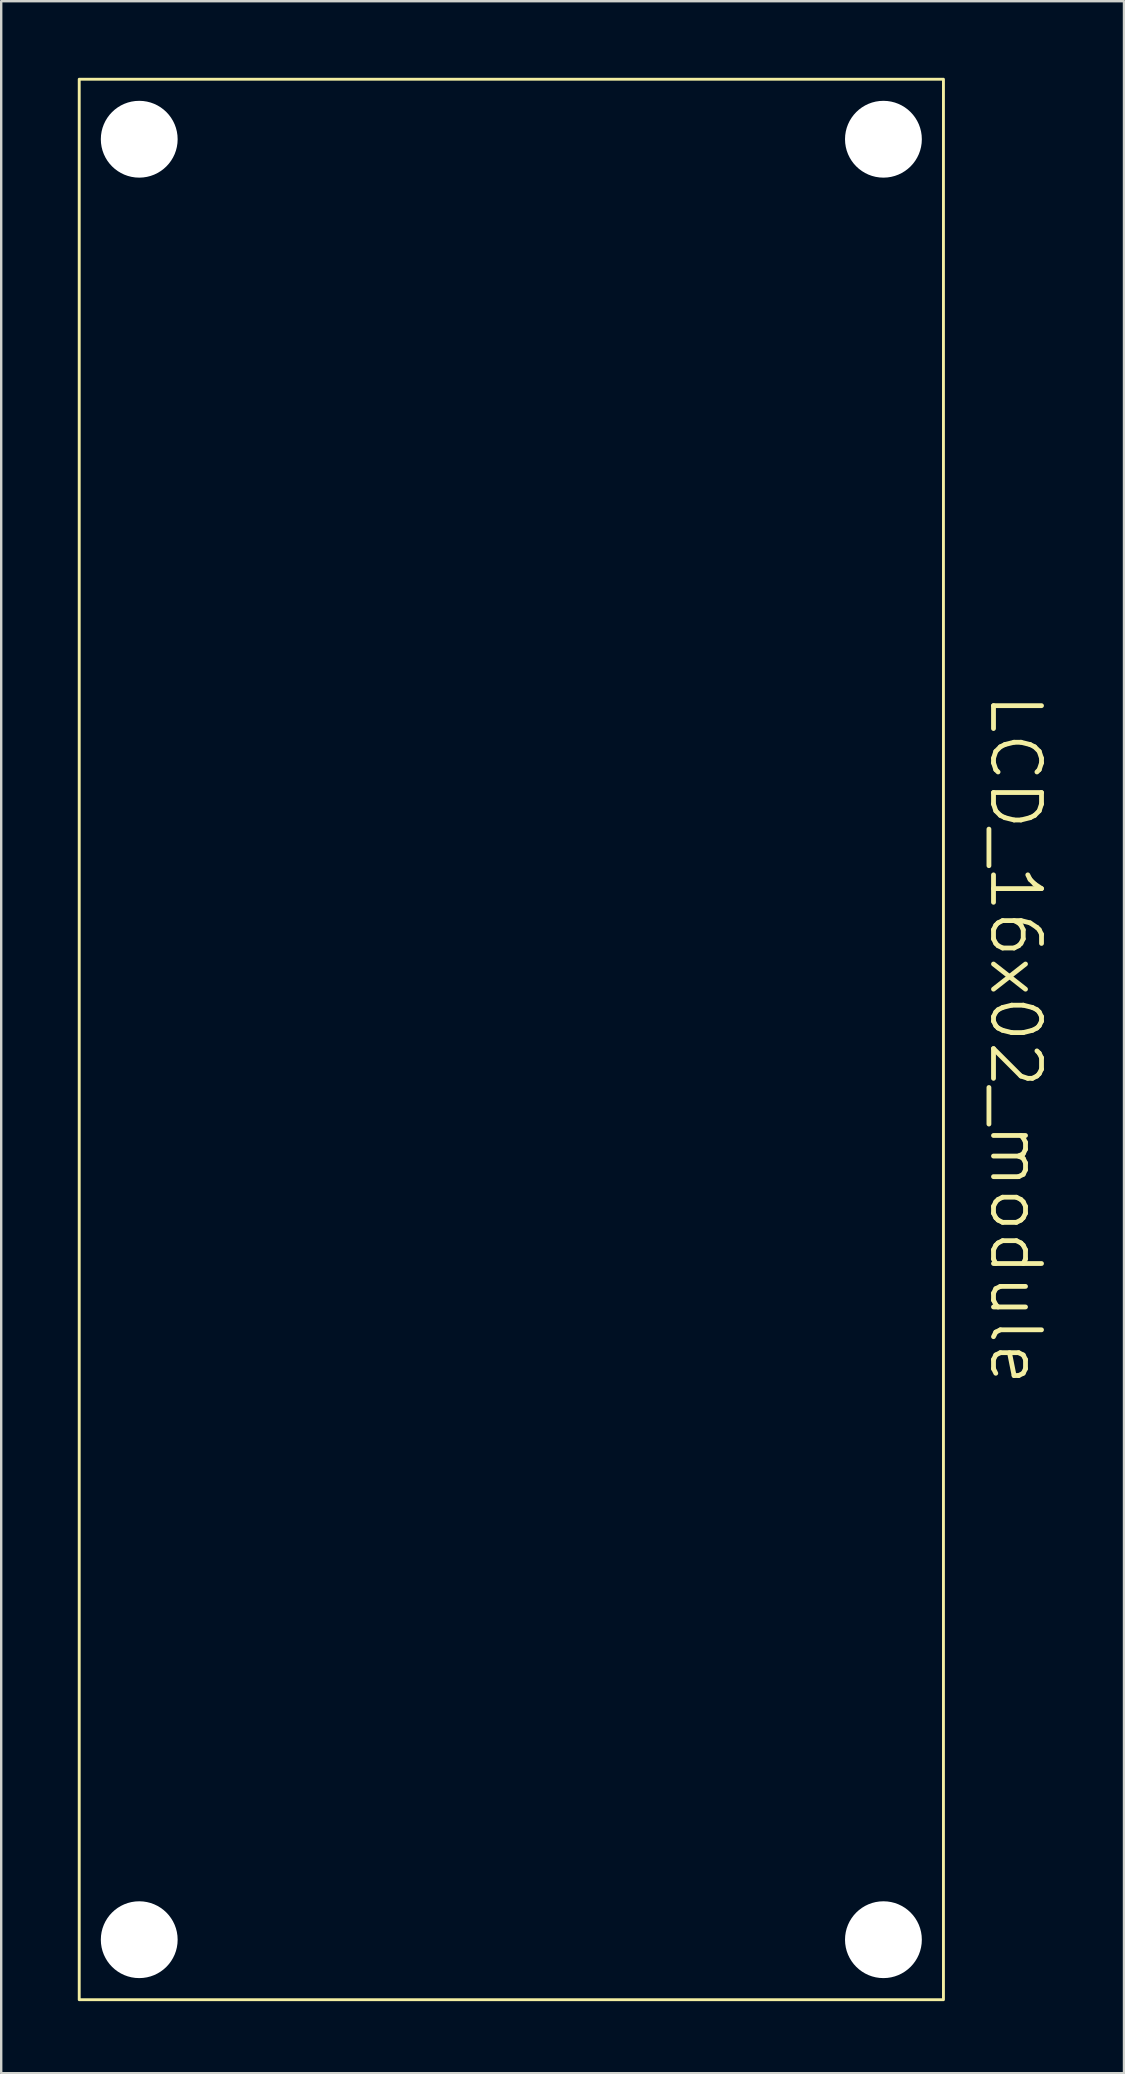
<source format=kicad_pcb>
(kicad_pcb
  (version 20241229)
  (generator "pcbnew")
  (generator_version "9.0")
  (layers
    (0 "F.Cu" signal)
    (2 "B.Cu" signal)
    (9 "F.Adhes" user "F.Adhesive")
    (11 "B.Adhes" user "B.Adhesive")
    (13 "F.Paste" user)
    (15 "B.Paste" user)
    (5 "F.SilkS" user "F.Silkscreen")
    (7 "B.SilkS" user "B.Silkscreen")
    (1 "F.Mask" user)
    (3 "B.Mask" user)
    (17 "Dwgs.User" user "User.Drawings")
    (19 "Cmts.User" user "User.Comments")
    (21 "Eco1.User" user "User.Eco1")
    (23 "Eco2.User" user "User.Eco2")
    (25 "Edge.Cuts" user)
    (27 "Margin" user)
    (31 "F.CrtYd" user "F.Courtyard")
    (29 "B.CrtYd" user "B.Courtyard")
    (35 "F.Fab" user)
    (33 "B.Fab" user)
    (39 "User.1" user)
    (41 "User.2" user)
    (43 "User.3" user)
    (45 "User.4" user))
  (footprint "LCD_16x02_module"
    (layer "F.Cu")
    (at 0.25 0.25)
    (property "Reference" "LCD_16x02_module" (at 39 40 270) (unlocked yes) (layer "F.SilkS") (effects (font (size 2 2) (thickness 0.2))))
    (attr smd)
    (fp_rect (start 0 0) (end 36 80) (stroke (width 0.12) (type solid)) (fill no) (layer "F.SilkS"))
    (pad "" np_thru_hole circle (at 2.5 2.5) (size 3.2 3.2) (drill 3.2) (layers "*.Cu" "*.Mask"))
    (pad "" np_thru_hole circle (at 2.5 77.5) (size 3.2 3.2) (drill 3.2) (layers "*.Cu" "*.Mask"))
    (pad "" np_thru_hole circle (at 33.5 2.5) (size 3.2 3.2) (drill 3.2) (layers "*.Cu" "*.Mask"))
    (pad "" np_thru_hole circle (at 33.5 77.5) (size 3.2 3.2) (drill 3.2) (layers "*.Cu" "*.Mask")))
  (gr_rect
    (start -3 -3)
    (end 43.771 83.31)
    (stroke (width 0.1) (type default))
    (fill no)
    (layer "Edge.Cuts")))
</source>
